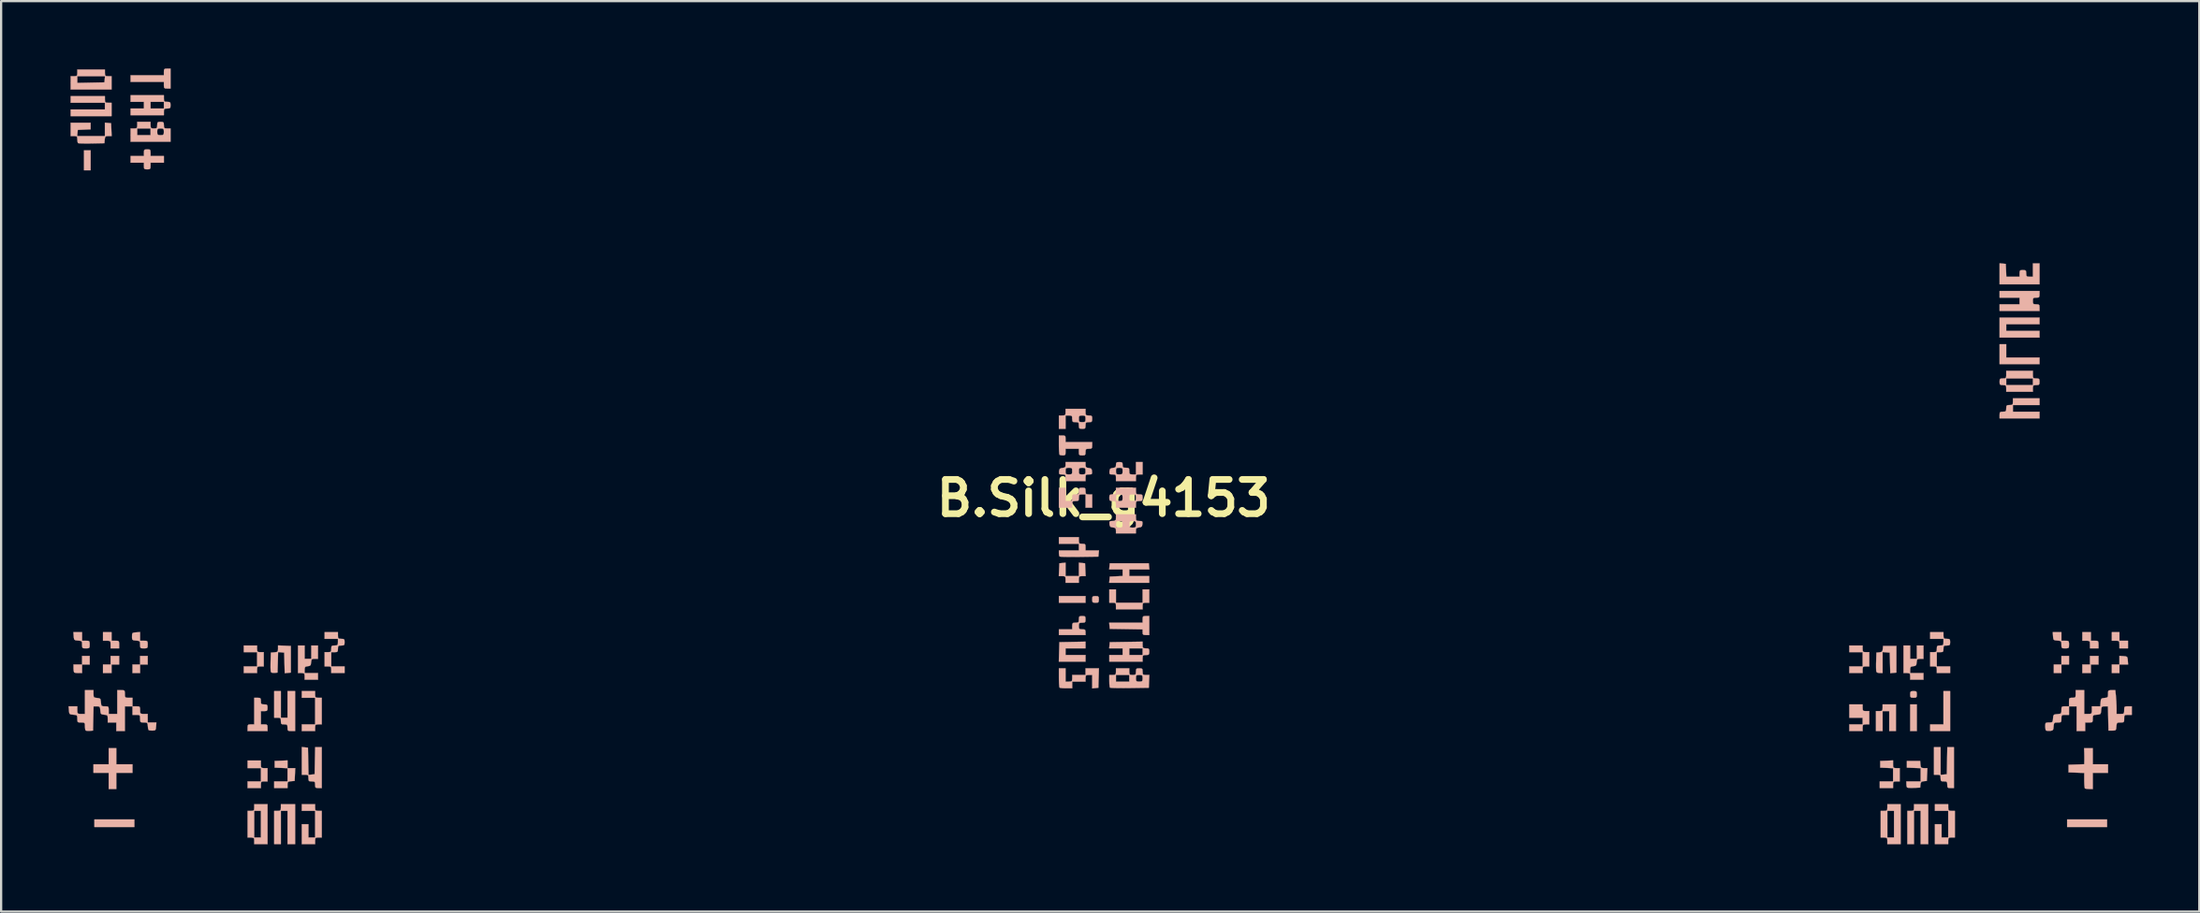
<source format=kicad_pcb>
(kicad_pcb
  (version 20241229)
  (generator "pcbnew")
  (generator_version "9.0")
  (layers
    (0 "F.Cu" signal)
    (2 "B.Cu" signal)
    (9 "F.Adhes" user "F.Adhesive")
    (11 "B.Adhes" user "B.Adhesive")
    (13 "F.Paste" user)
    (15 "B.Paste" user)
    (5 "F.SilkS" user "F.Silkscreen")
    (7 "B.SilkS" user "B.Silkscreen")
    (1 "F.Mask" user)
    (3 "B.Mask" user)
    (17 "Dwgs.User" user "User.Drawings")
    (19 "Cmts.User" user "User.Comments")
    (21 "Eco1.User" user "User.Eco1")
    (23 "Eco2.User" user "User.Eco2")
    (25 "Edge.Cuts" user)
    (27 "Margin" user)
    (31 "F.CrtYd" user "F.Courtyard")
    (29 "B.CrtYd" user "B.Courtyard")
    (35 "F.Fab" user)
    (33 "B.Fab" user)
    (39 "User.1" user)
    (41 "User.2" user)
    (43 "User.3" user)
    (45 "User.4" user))
  (footprint "B.Silk_g4153"
    (layer "F.Cu")
    (at 46.069 19.14)
    (property "Reference" "B.Silk_g4153" (at 0 0 0) (layer "F.SilkS") (effects (font (size 1.524 1.524) (thickness 0.3))))
    (attr through_hole)
    (fp_poly (pts (xy -45.127 7.408) (xy -45.466 7.408) (xy -45.466 7.027) (xy -45.127 7.027) (xy -45.127 7.408)) (stroke (width 0.01) (type solid)) (fill yes) (layer "B.SilkS"))
    (fp_poly (pts (xy -45.085 -14.605) (xy -45.381 -14.605) (xy -45.381 -15.494) (xy -45.085 -15.494) (xy -45.085 -14.605)) (stroke (width 0.01) (type solid)) (fill yes) (layer "B.SilkS"))
    (fp_poly (pts (xy -43.138 14.647) (xy -44.916 14.647) (xy -44.916 14.309) (xy -43.138 14.309) (xy -43.138 14.647)) (stroke (width 0.01) (type solid)) (fill yes) (layer "B.SilkS"))
    (fp_poly (pts (xy -42.884 7.789) (xy -43.222 7.789) (xy -43.222 7.408) (xy -42.884 7.408) (xy -42.884 7.789)) (stroke (width 0.01) (type solid)) (fill yes) (layer "B.SilkS"))
    (fp_poly (pts (xy -42.545 7.408) (xy -42.884 7.408) (xy -42.884 7.027) (xy -42.545 7.027) (xy -42.545 7.408)) (stroke (width 0.01) (type solid)) (fill yes) (layer "B.SilkS"))
    (fp_poly (pts (xy -0.804 4.657) (xy -1.99 4.657) (xy -1.99 4.36) (xy -0.804 4.36) (xy -0.804 4.657)) (stroke (width 0.01) (type solid)) (fill yes) (layer "B.SilkS"))
    (fp_poly (pts (xy 36.195 10.372) (xy 35.899 10.372) (xy 35.899 9.186) (xy 36.195 9.186) (xy 36.195 10.372)) (stroke (width 0.01) (type solid)) (fill yes) (layer "B.SilkS"))
    (fp_poly (pts (xy 42.63 7.789) (xy 42.291 7.789) (xy 42.291 7.408) (xy 42.63 7.408) (xy 42.63 7.789)) (stroke (width 0.01) (type solid)) (fill yes) (layer "B.SilkS"))
    (fp_poly (pts (xy 42.968 7.408) (xy 42.63 7.408) (xy 42.63 7.027) (xy 42.968 7.027) (xy 42.968 7.408)) (stroke (width 0.01) (type solid)) (fill yes) (layer "B.SilkS"))
    (fp_poly (pts (xy 44.662 14.647) (xy 42.884 14.647) (xy 42.884 14.309) (xy 44.662 14.309) (xy 44.662 14.647)) (stroke (width 0.01) (type solid)) (fill yes) (layer "B.SilkS"))
    (fp_poly (pts (xy 45.212 7.789) (xy 44.873 7.789) (xy 44.873 7.408) (xy 45.212 7.408) (xy 45.212 7.789)) (stroke (width 0.01) (type solid)) (fill yes) (layer "B.SilkS"))
    (fp_poly (pts (xy 37.677 10.372) (xy 36.788 10.372) (xy 36.788 10.075) (xy 37.38 10.075) (xy 37.38 8.594) (xy 37.677 8.594) (xy 37.677 10.372)) (stroke (width 0.01) (type solid)) (fill yes) (layer "B.SilkS"))
    (fp_poly (pts (xy 40.174 -6.265) (xy 41.656 -6.265) (xy 41.656 -5.969) (xy 39.878 -5.969) (xy 39.878 -6.858) (xy 40.174 -6.858) (xy 40.174 -6.265)) (stroke (width 0.01) (type solid)) (fill yes) (layer "B.SilkS"))
    (fp_poly (pts (xy -43.815 7.408) (xy -44.154 7.408) (xy -44.154 7.789) (xy -44.535 7.789) (xy -44.535 7.408) (xy -44.196 7.408) (xy -44.196 7.027) (xy -43.815 7.027) (xy -43.815 7.408)) (stroke (width 0.01) (type solid)) (fill yes) (layer "B.SilkS"))
    (fp_poly (pts (xy 41.656 -7.747) (xy 40.174 -7.747) (xy 40.174 -7.451) (xy 41.656 -7.451) (xy 41.656 -7.154) (xy 39.878 -7.154) (xy 39.878 -8.043) (xy 41.656 -8.043) (xy 41.656 -7.747)) (stroke (width 0.01) (type solid)) (fill yes) (layer "B.SilkS"))
    (fp_poly (pts (xy 44.281 7.408) (xy 43.942 7.408) (xy 43.942 7.789) (xy 43.561 7.789) (xy 43.561 7.408) (xy 43.9 7.408) (xy 43.9 7.027) (xy 44.281 7.027) (xy 44.281 7.408)) (stroke (width 0.01) (type solid)) (fill yes) (layer "B.SilkS"))
    (fp_poly (pts (xy 45.392 7.035) (xy 45.505 7.048) (xy 45.559 7.08) (xy 45.579 7.157) (xy 45.585 7.228) (xy 45.598 7.408) (xy 45.212 7.408) (xy 45.212 7.022) (xy 45.392 7.035)) (stroke (width 0.01) (type solid)) (fill yes) (layer "B.SilkS"))
    (fp_poly (pts (xy -0.804 6.689) (xy -1.693 6.689) (xy -1.693 6.985) (xy -0.804 6.985) (xy -0.804 7.281) (xy -1.993 7.281) (xy -1.968 6.413) (xy -1.386 6.402) (xy -0.804 6.39) (xy -0.804 6.689)) (stroke (width 0.01) (type solid)) (fill yes) (layer "B.SilkS"))
    (fp_poly (pts (xy -45.466 7.789) (xy -45.628 7.789) (xy -45.74 7.783) (xy -45.812 7.766) (xy -45.819 7.761) (xy -45.837 7.704) (xy -45.847 7.598) (xy -45.847 7.571) (xy -45.847 7.408) (xy -45.466 7.408) (xy -45.466 7.789)) (stroke (width 0.01) (type solid)) (fill yes) (layer "B.SilkS"))
    (fp_poly (pts (xy -43.942 11.853) (xy -43.222 11.853) (xy -43.222 12.234) (xy -43.942 12.234) (xy -43.942 12.954) (xy -44.281 12.954) (xy -44.281 12.234) (xy -44.958 12.234) (xy -44.958 11.853) (xy -44.281 11.853) (xy -44.281 11.134) (xy -43.942 11.134) (xy -43.942 11.853)) (stroke (width 0.01) (type solid)) (fill yes) (layer "B.SilkS"))
    (fp_poly (pts (xy 45.212 6.35) (xy 45.593 6.35) (xy 45.593 6.689) (xy 45.212 6.689) (xy 45.212 6.519) (xy 45.208 6.411) (xy 45.179 6.363) (xy 45.102 6.35) (xy 45.043 6.35) (xy 44.873 6.35) (xy 44.873 5.969) (xy 45.212 5.969) (xy 45.212 6.35)) (stroke (width 0.01) (type solid)) (fill yes) (layer "B.SilkS"))
    (fp_poly (pts (xy -44.45 -17.759) (xy -44.443 -17.66) (xy -44.406 -17.619) (xy -44.313 -17.611) (xy -44.302 -17.611) (xy -44.154 -17.611) (xy -44.154 -17.018) (xy -45.974 -17.018) (xy -45.974 -17.314) (xy -44.45 -17.314) (xy -44.45 -17.611) (xy -45.974 -17.611) (xy -45.974 -17.907) (xy -44.45 -17.907) (xy -44.45 -17.759)) (stroke (width 0.01) (type solid)) (fill yes) (layer "B.SilkS"))
    (fp_poly (pts (xy -35.983 15.409) (xy -36.322 15.409) (xy -36.322 13.928) (xy -36.618 13.928) (xy -36.618 15.409) (xy -36.915 15.409) (xy -36.915 13.928) (xy -36.767 13.928) (xy -36.667 13.921) (xy -36.626 13.884) (xy -36.618 13.791) (xy -36.618 13.78) (xy -36.618 13.631) (xy -35.983 13.631) (xy -35.983 15.409)) (stroke (width 0.01) (type solid)) (fill yes) (layer "B.SilkS"))
    (fp_poly (pts (xy 35.264 10.372) (xy 34.967 10.372) (xy 34.967 9.483) (xy 34.671 9.483) (xy 34.671 10.372) (xy 34.375 10.372) (xy 34.375 9.483) (xy 34.523 9.483) (xy 34.622 9.476) (xy 34.663 9.439) (xy 34.671 9.346) (xy 34.671 9.335) (xy 34.671 9.186) (xy 35.264 9.186) (xy 35.264 10.372)) (stroke (width 0.01) (type solid)) (fill yes) (layer "B.SilkS"))
    (fp_poly (pts (xy 36.703 15.409) (xy 36.364 15.409) (xy 36.364 13.928) (xy 36.068 13.928) (xy 36.068 15.409) (xy 35.772 15.409) (xy 35.772 13.928) (xy 35.92 13.928) (xy 36.019 13.921) (xy 36.06 13.884) (xy 36.068 13.791) (xy 36.068 13.78) (xy 36.068 13.631) (xy 36.703 13.631) (xy 36.703 15.409)) (stroke (width 0.01) (type solid)) (fill yes) (layer "B.SilkS"))
    (fp_poly (pts (xy -44.154 6.35) (xy -43.984 6.35) (xy -43.876 6.354) (xy -43.828 6.383) (xy -43.815 6.46) (xy -43.815 6.519) (xy -43.815 6.689) (xy -44.196 6.689) (xy -44.196 6.519) (xy -44.2 6.411) (xy -44.229 6.363) (xy -44.306 6.35) (xy -44.365 6.35) (xy -44.535 6.35) (xy -44.535 5.969) (xy -44.154 5.969) (xy -44.154 6.35)) (stroke (width 0.01) (type solid)) (fill yes) (layer "B.SilkS"))
    (fp_poly (pts (xy -41.529 -18.246) (xy -41.677 -18.246) (xy -41.776 -18.252) (xy -41.817 -18.289) (xy -41.825 -18.383) (xy -41.825 -18.394) (xy -41.825 -18.542) (xy -43.307 -18.542) (xy -43.307 -18.838) (xy -41.825 -18.838) (xy -41.825 -18.986) (xy -41.819 -19.086) (xy -41.782 -19.127) (xy -41.688 -19.135) (xy -41.677 -19.135) (xy -41.529 -19.135) (xy -41.529 -18.246)) (stroke (width 0.01) (type solid)) (fill yes) (layer "B.SilkS"))
    (fp_poly (pts (xy -0.261 4.367) (xy -0.22 4.404) (xy -0.212 4.497) (xy -0.212 4.508) (xy -0.218 4.608) (xy -0.255 4.649) (xy -0.349 4.657) (xy -0.36 4.657) (xy -0.459 4.65) (xy -0.5 4.613) (xy -0.508 4.52) (xy -0.508 4.508) (xy -0.501 4.409) (xy -0.464 4.368) (xy -0.371 4.36) (xy -0.36 4.36) (xy -0.261 4.367)) (stroke (width 0.01) (type solid)) (fill yes) (layer "B.SilkS"))
    (fp_poly (pts (xy 2.024 3.037) (xy 2.037 3.175) (xy 1.143 3.175) (xy 1.143 3.471) (xy 2.032 3.471) (xy 2.032 3.768) (xy 0.249 3.768) (xy 0.262 3.63) (xy 0.275 3.493) (xy 0.561 3.48) (xy 0.847 3.467) (xy 0.847 3.175) (xy 0.249 3.175) (xy 0.262 3.037) (xy 0.275 2.9) (xy 2.011 2.9) (xy 2.024 3.037)) (stroke (width 0.01) (type solid)) (fill yes) (layer "B.SilkS"))
    (fp_poly (pts (xy 36.146 8.6) (xy 36.187 8.637) (xy 36.195 8.731) (xy 36.195 8.742) (xy 36.188 8.841) (xy 36.151 8.882) (xy 36.058 8.89) (xy 36.047 8.89) (xy 35.948 8.883) (xy 35.907 8.846) (xy 35.899 8.753) (xy 35.899 8.742) (xy 35.905 8.643) (xy 35.942 8.602) (xy 36.036 8.594) (xy 36.047 8.594) (xy 36.146 8.6)) (stroke (width 0.01) (type solid)) (fill yes) (layer "B.SilkS"))
    (fp_poly (pts (xy 43.942 6.35) (xy 44.111 6.35) (xy 44.22 6.354) (xy 44.268 6.383) (xy 44.28 6.46) (xy 44.281 6.519) (xy 44.281 6.689) (xy 43.9 6.689) (xy 43.9 6.519) (xy 43.896 6.411) (xy 43.867 6.363) (xy 43.79 6.35) (xy 43.73 6.35) (xy 43.561 6.35) (xy 43.561 5.969) (xy 43.942 5.969) (xy 43.942 6.35)) (stroke (width 0.01) (type solid)) (fill yes) (layer "B.SilkS"))
    (fp_poly (pts (xy 2.032 6.096) (xy 1.884 6.096) (xy 1.784 6.089) (xy 1.743 6.053) (xy 1.736 5.97) (xy 1.736 5.844) (xy 1.005 5.832) (xy 0.275 5.821) (xy 0.262 5.683) (xy 0.249 5.546) (xy 1.736 5.546) (xy 1.736 5.397) (xy 1.742 5.298) (xy 1.779 5.257) (xy 1.873 5.249) (xy 1.884 5.249) (xy 2.032 5.249) (xy 2.032 6.096)) (stroke (width 0.01) (type solid)) (fill yes) (layer "B.SilkS"))
    (fp_poly (pts (xy -36.322 12.023) (xy -35.979 12.023) (xy -35.992 12.308) (xy -36.005 12.594) (xy -36.163 12.607) (xy -36.267 12.622) (xy -36.312 12.66) (xy -36.322 12.745) (xy -36.322 12.766) (xy -36.322 12.912) (xy -36.915 12.912) (xy -36.915 12.615) (xy -36.322 12.615) (xy -36.322 12.027) (xy -36.608 12.014) (xy -36.894 12.002) (xy -36.894 11.705) (xy -36.608 11.693) (xy -36.322 11.68) (xy -36.322 12.023)) (stroke (width 0.01) (type solid)) (fill yes) (layer "B.SilkS"))
    (fp_poly (pts (xy -37.677 6.71) (xy -37.67 6.809) (xy -37.633 6.85) (xy -37.54 6.858) (xy -37.529 6.858) (xy -37.38 6.858) (xy -37.38 7.493) (xy -37.529 7.493) (xy -37.628 7.5) (xy -37.669 7.537) (xy -37.677 7.63) (xy -37.677 7.641) (xy -37.677 7.789) (xy -38.269 7.789) (xy -38.269 7.493) (xy -37.677 7.493) (xy -37.677 6.858) (xy -38.269 6.858) (xy -38.269 6.562) (xy -37.677 6.562) (xy -37.677 6.71)) (stroke (width 0.01) (type solid)) (fill yes) (layer "B.SilkS"))
    (fp_poly (pts (xy -37.507 11.853) (xy -37.503 11.962) (xy -37.475 12.01) (xy -37.403 12.022) (xy -37.359 12.023) (xy -37.211 12.023) (xy -37.211 12.615) (xy -37.359 12.615) (xy -37.458 12.622) (xy -37.499 12.659) (xy -37.507 12.752) (xy -37.507 12.764) (xy -37.507 12.912) (xy -38.1 12.912) (xy -38.1 12.615) (xy -37.507 12.615) (xy -37.507 12.023) (xy -38.1 12.023) (xy -38.1 11.684) (xy -37.507 11.684) (xy -37.507 11.853)) (stroke (width 0.01) (type solid)) (fill yes) (layer "B.SilkS"))
    (fp_poly (pts (xy -35.094 8.742) (xy -35.088 8.841) (xy -35.051 8.882) (xy -34.957 8.89) (xy -34.946 8.89) (xy -34.798 8.89) (xy -34.798 10.075) (xy -34.946 10.075) (xy -35.045 10.082) (xy -35.086 10.119) (xy -35.094 10.212) (xy -35.094 10.223) (xy -35.094 10.372) (xy -35.687 10.372) (xy -35.687 10.075) (xy -35.094 10.075) (xy -35.094 8.89) (xy -35.687 8.89) (xy -35.687 8.594) (xy -35.094 8.594) (xy -35.094 8.742)) (stroke (width 0.01) (type solid)) (fill yes) (layer "B.SilkS"))
    (fp_poly (pts (xy 0.55 4.657) (xy 1.736 4.657) (xy 1.736 4.064) (xy 2.032 4.064) (xy 2.032 4.657) (xy 1.884 4.657) (xy 1.785 4.663) (xy 1.744 4.7) (xy 1.736 4.794) (xy 1.736 4.805) (xy 1.736 4.953) (xy 0.55 4.953) (xy 0.55 4.805) (xy 0.544 4.706) (xy 0.507 4.665) (xy 0.413 4.657) (xy 0.402 4.657) (xy 0.254 4.657) (xy 0.254 4.064) (xy 0.55 4.064) (xy 0.55 4.657)) (stroke (width 0.01) (type solid)) (fill yes) (layer "B.SilkS"))
    (fp_poly (pts (xy 33.782 6.71) (xy 33.789 6.809) (xy 33.826 6.85) (xy 33.919 6.858) (xy 33.93 6.858) (xy 34.078 6.858) (xy 34.078 7.493) (xy 33.93 7.493) (xy 33.831 7.5) (xy 33.79 7.537) (xy 33.782 7.63) (xy 33.782 7.641) (xy 33.782 7.789) (xy 33.189 7.789) (xy 33.189 7.493) (xy 33.782 7.493) (xy 33.782 6.858) (xy 33.189 6.858) (xy 33.189 6.562) (xy 33.782 6.562) (xy 33.782 6.71)) (stroke (width 0.01) (type solid)) (fill yes) (layer "B.SilkS"))
    (fp_poly (pts (xy 33.782 9.335) (xy 33.789 9.434) (xy 33.826 9.475) (xy 33.919 9.483) (xy 33.93 9.483) (xy 34.078 9.483) (xy 34.078 10.075) (xy 33.93 10.075) (xy 33.831 10.082) (xy 33.79 10.119) (xy 33.782 10.212) (xy 33.782 10.223) (xy 33.782 10.372) (xy 33.189 10.372) (xy 33.189 10.075) (xy 33.782 10.075) (xy 33.782 9.779) (xy 33.189 9.779) (xy 33.189 9.186) (xy 33.782 9.186) (xy 33.782 9.335)) (stroke (width 0.01) (type solid)) (fill yes) (layer "B.SilkS"))
    (fp_poly (pts (xy 35.285 7.768) (xy 35.149 7.781) (xy 35.013 7.794) (xy 35.001 7.337) (xy 34.989 6.879) (xy 34.671 6.853) (xy 34.671 7.789) (xy 34.543 7.789) (xy 34.445 7.773) (xy 34.393 7.733) (xy 34.385 7.668) (xy 34.381 7.541) (xy 34.381 7.373) (xy 34.384 7.278) (xy 34.396 6.879) (xy 34.531 6.866) (xy 34.627 6.845) (xy 34.668 6.788) (xy 34.679 6.718) (xy 34.692 6.583) (xy 35.285 6.583) (xy 35.285 7.768)) (stroke (width 0.01) (type solid)) (fill yes) (layer "B.SilkS"))
    (fp_poly (pts (xy -37.211 15.409) (xy -37.804 15.409) (xy -37.804 15.261) (xy -37.81 15.162) (xy -37.847 15.121) (xy -37.941 15.113) (xy -37.952 15.113) (xy -38.1 15.113) (xy -38.1 13.928) (xy -37.952 13.928) (xy -37.804 13.928) (xy -37.804 15.113) (xy -37.507 15.113) (xy -37.507 13.928) (xy -37.804 13.928) (xy -37.952 13.928) (xy -37.853 13.921) (xy -37.812 13.884) (xy -37.804 13.791) (xy -37.804 13.78) (xy -37.804 13.631) (xy -37.211 13.631) (xy -37.211 15.409)) (stroke (width 0.01) (type solid)) (fill yes) (layer "B.SilkS"))
    (fp_poly (pts (xy -35.094 13.78) (xy -35.088 13.879) (xy -35.051 13.92) (xy -34.957 13.928) (xy -34.946 13.928) (xy -34.798 13.928) (xy -34.798 15.113) (xy -34.946 15.113) (xy -35.045 15.12) (xy -35.086 15.157) (xy -35.094 15.25) (xy -35.094 15.261) (xy -35.094 15.409) (xy -35.687 15.409) (xy -35.687 14.52) (xy -35.391 14.52) (xy -35.391 15.113) (xy -35.094 15.113) (xy -35.094 13.928) (xy -35.687 13.928) (xy -35.687 13.631) (xy -35.094 13.631) (xy -35.094 13.78)) (stroke (width 0.01) (type solid)) (fill yes) (layer "B.SilkS"))
    (fp_poly (pts (xy 35.137 11.851) (xy 35.141 11.961) (xy 35.168 12.009) (xy 35.239 12.022) (xy 35.285 12.023) (xy 35.433 12.023) (xy 35.433 12.615) (xy 35.285 12.615) (xy 35.186 12.622) (xy 35.145 12.659) (xy 35.137 12.752) (xy 35.137 12.764) (xy 35.137 12.912) (xy 34.544 12.912) (xy 34.544 12.615) (xy 35.137 12.615) (xy 35.137 12.027) (xy 34.851 12.014) (xy 34.565 12.002) (xy 34.565 11.705) (xy 34.851 11.693) (xy 35.137 11.68) (xy 35.137 11.851)) (stroke (width 0.01) (type solid)) (fill yes) (layer "B.SilkS"))
    (fp_poly (pts (xy 35.475 15.409) (xy 34.883 15.409) (xy 34.883 15.261) (xy 34.876 15.162) (xy 34.839 15.121) (xy 34.746 15.113) (xy 34.734 15.113) (xy 34.586 15.113) (xy 34.586 13.928) (xy 34.734 13.928) (xy 34.883 13.928) (xy 34.883 15.113) (xy 35.179 15.113) (xy 35.179 13.928) (xy 34.883 13.928) (xy 34.734 13.928) (xy 34.834 13.921) (xy 34.875 13.884) (xy 34.883 13.791) (xy 34.883 13.78) (xy 34.883 13.631) (xy 35.475 13.631) (xy 35.475 15.409)) (stroke (width 0.01) (type solid)) (fill yes) (layer "B.SilkS"))
    (fp_poly (pts (xy 37.592 13.78) (xy 37.599 13.879) (xy 37.636 13.92) (xy 37.729 13.928) (xy 37.74 13.928) (xy 37.888 13.928) (xy 37.888 15.113) (xy 37.74 15.113) (xy 37.641 15.12) (xy 37.6 15.157) (xy 37.592 15.25) (xy 37.592 15.261) (xy 37.592 15.409) (xy 36.999 15.409) (xy 36.999 14.52) (xy 37.296 14.52) (xy 37.296 15.113) (xy 37.592 15.113) (xy 37.592 13.928) (xy 36.999 13.928) (xy 36.999 13.631) (xy 37.592 13.631) (xy 37.592 13.78)) (stroke (width 0.01) (type solid)) (fill yes) (layer "B.SilkS"))
    (fp_poly (pts (xy -0.826 2.9) (xy -0.813 3.186) (xy -0.8 3.471) (xy -0.951 3.471) (xy -1.051 3.478) (xy -1.092 3.514) (xy -1.101 3.605) (xy -1.101 3.619) (xy -1.101 3.768) (xy -1.693 3.768) (xy -1.693 3.619) (xy -1.7 3.521) (xy -1.736 3.48) (xy -1.828 3.471) (xy -1.843 3.471) (xy -1.994 3.471) (xy -1.981 3.186) (xy -1.968 2.9) (xy -1.831 2.887) (xy -1.693 2.873) (xy -1.693 3.471) (xy -1.101 3.471) (xy -1.101 2.873) (xy -0.826 2.9)) (stroke (width 0.01) (type solid)) (fill yes) (layer "B.SilkS"))
    (fp_poly (pts (xy -45.466 6.35) (xy -45.297 6.35) (xy -45.188 6.354) (xy -45.14 6.383) (xy -45.128 6.46) (xy -45.127 6.519) (xy -45.131 6.628) (xy -45.16 6.676) (xy -45.237 6.688) (xy -45.297 6.689) (xy -45.405 6.685) (xy -45.453 6.656) (xy -45.466 6.579) (xy -45.466 6.522) (xy -45.47 6.417) (xy -45.498 6.367) (xy -45.574 6.348) (xy -45.646 6.342) (xy -45.759 6.33) (xy -45.813 6.298) (xy -45.833 6.221) (xy -45.839 6.149) (xy -45.852 5.969) (xy -45.466 5.969) (xy -45.466 6.35)) (stroke (width 0.01) (type solid)) (fill yes) (layer "B.SilkS"))
    (fp_poly (pts (xy -44.45 -18.944) (xy -44.443 -18.845) (xy -44.406 -18.804) (xy -44.313 -18.796) (xy -44.302 -18.796) (xy -44.154 -18.796) (xy -44.154 -18.203) (xy -45.974 -18.203) (xy -45.974 -18.796) (xy -45.826 -18.796) (xy -45.678 -18.796) (xy -45.678 -18.497) (xy -45.074 -18.509) (xy -44.471 -18.521) (xy -44.458 -18.658) (xy -44.445 -18.796) (xy -45.678 -18.796) (xy -45.826 -18.796) (xy -45.727 -18.803) (xy -45.686 -18.84) (xy -45.678 -18.933) (xy -45.678 -18.944) (xy -45.678 -19.092) (xy -44.45 -19.092) (xy -44.45 -18.944)) (stroke (width 0.01) (type solid)) (fill yes) (layer "B.SilkS"))
    (fp_poly (pts (xy -36.174 6.583) (xy -36.174 7.768) (xy -36.31 7.781) (xy -36.446 7.794) (xy -36.458 7.337) (xy -36.47 6.879) (xy -36.606 6.866) (xy -36.742 6.853) (xy -36.754 7.311) (xy -36.767 7.768) (xy -36.904 7.781) (xy -37.019 7.774) (xy -37.065 7.736) (xy -37.073 7.67) (xy -37.078 7.541) (xy -37.077 7.372) (xy -37.075 7.278) (xy -37.063 6.879) (xy -36.904 6.866) (xy -36.8 6.851) (xy -36.756 6.814) (xy -36.745 6.728) (xy -36.745 6.705) (xy -36.745 6.558) (xy -36.174 6.583)) (stroke (width 0.01) (type solid)) (fill yes) (layer "B.SilkS"))
    (fp_poly (pts (xy 40.016 -10.448) (xy 40.153 -10.435) (xy 40.166 -10.149) (xy 40.178 -9.864) (xy 40.767 -9.864) (xy 40.767 -10.012) (xy 40.774 -10.111) (xy 40.811 -10.152) (xy 40.904 -10.16) (xy 40.915 -10.16) (xy 41.014 -10.153) (xy 41.055 -10.116) (xy 41.063 -10.023) (xy 41.063 -10.012) (xy 41.07 -9.913) (xy 41.107 -9.872) (xy 41.2 -9.864) (xy 41.212 -9.864) (xy 41.36 -9.864) (xy 41.36 -10.456) (xy 41.656 -10.456) (xy 41.656 -9.525) (xy 39.878 -9.525) (xy 39.878 -10.462) (xy 40.016 -10.448)) (stroke (width 0.01) (type solid)) (fill yes) (layer "B.SilkS"))
    (fp_poly (pts (xy 42.63 6.35) (xy 42.799 6.35) (xy 42.907 6.354) (xy 42.956 6.383) (xy 42.968 6.46) (xy 42.968 6.519) (xy 42.964 6.628) (xy 42.936 6.676) (xy 42.858 6.688) (xy 42.799 6.689) (xy 42.691 6.685) (xy 42.642 6.656) (xy 42.63 6.579) (xy 42.63 6.522) (xy 42.626 6.417) (xy 42.597 6.367) (xy 42.521 6.348) (xy 42.45 6.342) (xy 42.337 6.33) (xy 42.283 6.298) (xy 42.263 6.221) (xy 42.257 6.149) (xy 42.244 5.969) (xy 42.63 5.969) (xy 42.63 6.35)) (stroke (width 0.01) (type solid)) (fill yes) (layer "B.SilkS"))
    (fp_poly (pts (xy -36.618 9.779) (xy -36.322 9.779) (xy -36.322 8.594) (xy -35.983 8.594) (xy -35.983 10.372) (xy -36.153 10.372) (xy -36.261 10.367) (xy -36.309 10.339) (xy -36.322 10.267) (xy -36.322 10.223) (xy -36.329 10.124) (xy -36.366 10.083) (xy -36.459 10.075) (xy -36.47 10.075) (xy -36.569 10.069) (xy -36.61 10.032) (xy -36.618 9.938) (xy -36.618 9.927) (xy -36.625 9.828) (xy -36.662 9.787) (xy -36.755 9.779) (xy -36.767 9.779) (xy -36.915 9.779) (xy -36.915 8.594) (xy -36.618 8.594) (xy -36.618 9.779)) (stroke (width 0.01) (type solid)) (fill yes) (layer "B.SilkS"))
    (fp_poly (pts (xy 36.356 11.864) (xy 36.371 11.968) (xy 36.409 12.012) (xy 36.495 12.023) (xy 36.517 12.023) (xy 36.665 12.023) (xy 36.652 12.308) (xy 36.639 12.594) (xy 36.504 12.607) (xy 36.408 12.628) (xy 36.367 12.686) (xy 36.356 12.755) (xy 36.343 12.89) (xy 36.066 12.903) (xy 35.92 12.905) (xy 35.809 12.898) (xy 35.759 12.885) (xy 35.737 12.825) (xy 35.729 12.735) (xy 35.729 12.615) (xy 36.364 12.615) (xy 36.364 12.026) (xy 35.751 12.002) (xy 35.751 11.705) (xy 36.343 11.705) (xy 36.356 11.864)) (stroke (width 0.01) (type solid)) (fill yes) (layer "B.SilkS"))
    (fp_poly (pts (xy 41.656 -9.081) (xy 41.649 -8.981) (xy 41.612 -8.94) (xy 41.519 -8.932) (xy 41.508 -8.932) (xy 41.409 -8.926) (xy 41.368 -8.889) (xy 41.36 -8.795) (xy 41.36 -8.784) (xy 41.366 -8.685) (xy 41.403 -8.644) (xy 41.497 -8.636) (xy 41.508 -8.636) (xy 41.607 -8.629) (xy 41.648 -8.592) (xy 41.656 -8.499) (xy 41.656 -8.488) (xy 41.656 -8.34) (xy 39.878 -8.34) (xy 39.878 -8.636) (xy 40.767 -8.636) (xy 40.767 -8.932) (xy 39.878 -8.932) (xy 39.878 -9.229) (xy 41.656 -9.229) (xy 41.656 -9.081)) (stroke (width 0.01) (type solid)) (fill yes) (layer "B.SilkS"))
    (fp_poly (pts (xy 41.656 -4.149) (xy 40.471 -4.149) (xy 40.471 -3.852) (xy 41.656 -3.852) (xy 41.656 -3.556) (xy 39.878 -3.556) (xy 39.878 -3.704) (xy 39.885 -3.803) (xy 39.922 -3.844) (xy 40.015 -3.852) (xy 40.026 -3.852) (xy 40.125 -3.859) (xy 40.166 -3.896) (xy 40.174 -3.989) (xy 40.174 -4) (xy 40.181 -4.1) (xy 40.218 -4.141) (xy 40.311 -4.149) (xy 40.322 -4.149) (xy 40.422 -4.155) (xy 40.463 -4.192) (xy 40.471 -4.286) (xy 40.471 -4.297) (xy 40.471 -4.445) (xy 41.656 -4.445) (xy 41.656 -4.149)) (stroke (width 0.01) (type solid)) (fill yes) (layer "B.SilkS"))
    (fp_poly (pts (xy 44.027 11.853) (xy 44.704 11.853) (xy 44.704 12.234) (xy 44.027 12.234) (xy 44.027 12.954) (xy 43.864 12.954) (xy 43.753 12.947) (xy 43.681 12.931) (xy 43.674 12.926) (xy 43.661 12.873) (xy 43.651 12.758) (xy 43.646 12.603) (xy 43.646 12.568) (xy 43.646 12.238) (xy 43.296 12.225) (xy 42.947 12.213) (xy 42.947 11.874) (xy 43.296 11.862) (xy 43.646 11.85) (xy 43.65 11.672) (xy 43.65 11.504) (xy 43.647 11.331) (xy 43.646 11.314) (xy 43.639 11.134) (xy 44.027 11.134) (xy 44.027 11.853)) (stroke (width 0.01) (type solid)) (fill yes) (layer "B.SilkS"))
    (fp_poly (pts (xy -42.467 -15.53) (xy -42.426 -15.493) (xy -42.418 -15.399) (xy -42.418 -15.388) (xy -42.418 -15.24) (xy -41.825 -15.24) (xy -41.825 -14.944) (xy -42.418 -14.944) (xy -42.418 -14.796) (xy -42.425 -14.696) (xy -42.462 -14.655) (xy -42.555 -14.647) (xy -42.566 -14.647) (xy -42.665 -14.654) (xy -42.706 -14.691) (xy -42.714 -14.784) (xy -42.714 -14.796) (xy -42.714 -14.944) (xy -43.307 -14.944) (xy -43.307 -15.24) (xy -42.714 -15.24) (xy -42.714 -15.388) (xy -42.708 -15.487) (xy -42.671 -15.528) (xy -42.577 -15.536) (xy -42.566 -15.536) (xy -42.467 -15.53)) (stroke (width 0.01) (type solid)) (fill yes) (layer "B.SilkS"))
    (fp_poly (pts (xy -42.884 6.35) (xy -42.714 6.35) (xy -42.606 6.354) (xy -42.558 6.383) (xy -42.545 6.46) (xy -42.545 6.519) (xy -42.549 6.628) (xy -42.578 6.676) (xy -42.655 6.688) (xy -42.714 6.689) (xy -42.823 6.685) (xy -42.871 6.656) (xy -42.883 6.579) (xy -42.884 6.522) (xy -42.888 6.417) (xy -42.916 6.367) (xy -42.992 6.348) (xy -43.064 6.342) (xy -43.176 6.33) (xy -43.228 6.3) (xy -43.243 6.228) (xy -43.243 6.16) (xy -43.239 6.053) (xy -43.212 6.002) (xy -43.136 5.983) (xy -43.064 5.977) (xy -42.884 5.964) (xy -42.884 6.35)) (stroke (width 0.01) (type solid)) (fill yes) (layer "B.SilkS"))
    (fp_poly (pts (xy 37.253 12.324) (xy 37.391 12.311) (xy 37.529 12.298) (xy 37.54 11.695) (xy 37.552 11.091) (xy 37.846 11.091) (xy 37.846 12.912) (xy 37.698 12.912) (xy 37.599 12.905) (xy 37.558 12.868) (xy 37.55 12.775) (xy 37.55 12.764) (xy 37.543 12.664) (xy 37.506 12.623) (xy 37.413 12.615) (xy 37.401 12.615) (xy 37.302 12.609) (xy 37.261 12.572) (xy 37.253 12.478) (xy 37.253 12.467) (xy 37.247 12.368) (xy 37.21 12.327) (xy 37.116 12.319) (xy 37.105 12.319) (xy 36.957 12.319) (xy 36.957 11.091) (xy 37.253 11.091) (xy 37.253 12.324)) (stroke (width 0.01) (type solid)) (fill yes) (layer "B.SilkS"))
    (fp_poly (pts (xy -1.101 1.884) (xy -1.094 1.983) (xy -1.057 2.024) (xy -0.964 2.032) (xy -0.953 2.032) (xy -0.853 2.039) (xy -0.812 2.076) (xy -0.804 2.169) (xy -0.804 2.18) (xy -0.804 2.328) (xy -0.206 2.328) (xy -0.22 2.466) (xy -0.233 2.603) (xy -1.082 2.615) (xy -1.342 2.617) (xy -1.573 2.616) (xy -1.761 2.613) (xy -1.894 2.607) (xy -1.957 2.599) (xy -1.961 2.597) (xy -1.982 2.537) (xy -1.99 2.448) (xy -1.99 2.328) (xy -1.101 2.328) (xy -1.101 2.032) (xy -1.99 2.032) (xy -1.99 1.736) (xy -1.101 1.736) (xy -1.101 1.884)) (stroke (width 0.01) (type solid)) (fill yes) (layer "B.SilkS"))
    (fp_poly (pts (xy -35.56 7.154) (xy -35.264 7.154) (xy -35.264 6.562) (xy -34.967 6.562) (xy -34.967 7.154) (xy -35.113 7.154) (xy -35.209 7.161) (xy -35.253 7.198) (xy -35.27 7.29) (xy -35.272 7.313) (xy -35.288 7.419) (xy -35.329 7.467) (xy -35.418 7.485) (xy -35.422 7.485) (xy -35.516 7.503) (xy -35.553 7.55) (xy -35.56 7.644) (xy -35.56 7.789) (xy -34.967 7.789) (xy -34.967 8.086) (xy -35.56 8.086) (xy -35.56 7.938) (xy -35.567 7.838) (xy -35.604 7.797) (xy -35.697 7.789) (xy -35.708 7.789) (xy -35.856 7.789) (xy -35.856 6.562) (xy -35.56 6.562) (xy -35.56 7.154)) (stroke (width 0.01) (type solid)) (fill yes) (layer "B.SilkS"))
    (fp_poly (pts (xy -35.549 11.099) (xy -35.412 11.113) (xy -35.4 11.718) (xy -35.388 12.324) (xy -35.252 12.311) (xy -35.115 12.298) (xy -35.104 11.695) (xy -35.092 11.091) (xy -34.798 11.091) (xy -34.798 12.912) (xy -34.946 12.912) (xy -35.045 12.905) (xy -35.086 12.868) (xy -35.094 12.775) (xy -35.094 12.764) (xy -35.101 12.664) (xy -35.138 12.623) (xy -35.231 12.615) (xy -35.242 12.615) (xy -35.342 12.609) (xy -35.383 12.572) (xy -35.391 12.478) (xy -35.391 12.467) (xy -35.397 12.368) (xy -35.434 12.327) (xy -35.528 12.319) (xy -35.539 12.319) (xy -35.687 12.319) (xy -35.687 11.086) (xy -35.549 11.099)) (stroke (width 0.01) (type solid)) (fill yes) (layer "B.SilkS"))
    (fp_poly (pts (xy 35.899 7.154) (xy 36.195 7.154) (xy 36.195 6.562) (xy 36.491 6.562) (xy 36.491 7.154) (xy 36.346 7.154) (xy 36.25 7.161) (xy 36.206 7.198) (xy 36.189 7.29) (xy 36.187 7.313) (xy 36.171 7.419) (xy 36.13 7.467) (xy 36.041 7.485) (xy 36.036 7.485) (xy 35.943 7.503) (xy 35.905 7.55) (xy 35.899 7.644) (xy 35.899 7.789) (xy 36.491 7.789) (xy 36.491 8.086) (xy 35.899 8.086) (xy 35.899 7.938) (xy 35.892 7.838) (xy 35.855 7.797) (xy 35.762 7.789) (xy 35.751 7.789) (xy 35.602 7.789) (xy 35.602 6.562) (xy 35.899 6.562) (xy 35.899 7.154)) (stroke (width 0.01) (type solid)) (fill yes) (layer "B.SilkS"))
    (fp_poly (pts (xy -41.825 -17.801) (xy -41.819 -17.702) (xy -41.782 -17.661) (xy -41.688 -17.653) (xy -41.677 -17.653) (xy -41.578 -17.646) (xy -41.537 -17.609) (xy -41.529 -17.516) (xy -41.529 -17.505) (xy -41.536 -17.406) (xy -41.573 -17.365) (xy -41.666 -17.357) (xy -41.677 -17.357) (xy -41.776 -17.35) (xy -41.817 -17.313) (xy -41.825 -17.22) (xy -41.825 -17.209) (xy -41.825 -17.06) (xy -43.307 -17.06) (xy -43.307 -17.357) (xy -42.714 -17.357) (xy -42.714 -17.653) (xy -42.418 -17.653) (xy -42.418 -17.357) (xy -41.825 -17.357) (xy -41.825 -17.653) (xy -42.418 -17.653) (xy -42.714 -17.653) (xy -43.307 -17.653) (xy -43.307 -17.949) (xy -41.825 -17.949) (xy -41.825 -17.801)) (stroke (width 0.01) (type solid)) (fill yes) (layer "B.SilkS"))
    (fp_poly (pts (xy -44.312 -16.714) (xy -44.175 -16.701) (xy -44.162 -16.415) (xy -44.15 -16.129) (xy -44.297 -16.129) (xy -44.395 -16.122) (xy -44.439 -16.086) (xy -44.456 -15.994) (xy -44.458 -15.97) (xy -44.471 -15.812) (xy -45.045 -15.8) (xy -45.258 -15.798) (xy -45.439 -15.8) (xy -45.573 -15.805) (xy -45.643 -15.815) (xy -45.648 -15.817) (xy -45.668 -15.876) (xy -45.678 -15.98) (xy -45.678 -15.988) (xy -45.685 -16.083) (xy -45.723 -16.121) (xy -45.819 -16.129) (xy -45.826 -16.129) (xy -45.974 -16.129) (xy -45.974 -16.722) (xy -45.085 -16.722) (xy -45.085 -16.429) (xy -45.657 -16.404) (xy -45.67 -16.267) (xy -45.683 -16.129) (xy -44.45 -16.129) (xy -44.45 -16.727) (xy -44.312 -16.714)) (stroke (width 0.01) (type solid)) (fill yes) (layer "B.SilkS"))
    (fp_poly (pts (xy 1.736 6.54) (xy 1.742 6.639) (xy 1.779 6.68) (xy 1.871 6.689) (xy 1.884 6.689) (xy 1.983 6.695) (xy 2.024 6.732) (xy 2.032 6.826) (xy 2.032 6.837) (xy 2.025 6.936) (xy 1.988 6.977) (xy 1.895 6.985) (xy 1.884 6.985) (xy 1.785 6.992) (xy 1.744 7.029) (xy 1.736 7.122) (xy 1.736 7.133) (xy 1.736 7.281) (xy 0.254 7.281) (xy 0.254 6.985) (xy 0.847 6.985) (xy 0.847 6.689) (xy 1.143 6.689) (xy 1.143 6.985) (xy 1.736 6.985) (xy 1.736 6.689) (xy 1.143 6.689) (xy 0.847 6.689) (xy 0.249 6.689) (xy 0.262 6.551) (xy 0.275 6.413) (xy 1.736 6.39) (xy 1.736 6.54)) (stroke (width 0.01) (type solid)) (fill yes) (layer "B.SilkS"))
    (fp_poly (pts (xy -37.556 8.897) (xy -37.515 8.934) (xy -37.507 9.027) (xy -37.507 9.038) (xy -37.501 9.137) (xy -37.464 9.178) (xy -37.37 9.186) (xy -37.359 9.186) (xy -37.26 9.193) (xy -37.219 9.23) (xy -37.211 9.323) (xy -37.211 9.335) (xy -37.218 9.434) (xy -37.255 9.475) (xy -37.348 9.483) (xy -37.359 9.483) (xy -37.507 9.483) (xy -37.507 10.075) (xy -37.359 10.075) (xy -37.26 10.082) (xy -37.219 10.119) (xy -37.211 10.212) (xy -37.211 10.223) (xy -37.211 10.372) (xy -38.1 10.372) (xy -38.1 10.223) (xy -38.093 10.124) (xy -38.056 10.083) (xy -37.963 10.075) (xy -37.952 10.075) (xy -37.804 10.075) (xy -37.804 8.89) (xy -37.656 8.89) (xy -37.556 8.897)) (stroke (width 0.01) (type solid)) (fill yes) (layer "B.SilkS"))
    (fp_poly (pts (xy -1.693 8.17) (xy -1.545 8.17) (xy -1.446 8.164) (xy -1.405 8.127) (xy -1.397 8.033) (xy -1.397 8.022) (xy -1.397 7.874) (xy -0.804 7.874) (xy -0.804 7.578) (xy -0.209 7.578) (xy -0.221 8.012) (xy -0.233 8.445) (xy -0.37 8.459) (xy -0.508 8.472) (xy -0.508 7.874) (xy -0.656 7.874) (xy -0.755 7.881) (xy -0.796 7.918) (xy -0.804 8.011) (xy -0.804 8.022) (xy -0.804 8.17) (xy -1.397 8.17) (xy -1.397 8.467) (xy -1.665 8.467) (xy -1.809 8.463) (xy -1.917 8.452) (xy -1.961 8.438) (xy -1.973 8.387) (xy -1.983 8.27) (xy -1.989 8.108) (xy -1.99 7.994) (xy -1.99 7.578) (xy -1.693 7.578) (xy -1.693 8.17)) (stroke (width 0.01) (type solid)) (fill yes) (layer "B.SilkS"))
    (fp_poly (pts (xy -42.945 9.275) (xy -42.896 9.304) (xy -42.884 9.381) (xy -42.884 9.44) (xy -42.88 9.549) (xy -42.851 9.597) (xy -42.774 9.609) (xy -42.714 9.61) (xy -42.545 9.61) (xy -42.545 9.991) (xy -42.159 9.991) (xy -42.172 10.171) (xy -42.184 10.283) (xy -42.214 10.335) (xy -42.286 10.35) (xy -42.355 10.351) (xy -42.461 10.346) (xy -42.512 10.319) (xy -42.531 10.243) (xy -42.537 10.171) (xy -42.549 10.058) (xy -42.579 10.006) (xy -42.65 9.991) (xy -42.717 9.991) (xy -42.824 9.986) (xy -42.871 9.958) (xy -42.883 9.88) (xy -42.884 9.821) (xy -42.888 9.713) (xy -42.916 9.665) (xy -42.994 9.652) (xy -43.053 9.652) (xy -43.222 9.652) (xy -43.222 9.271) (xy -43.053 9.271) (xy -42.945 9.275)) (stroke (width 0.01) (type solid)) (fill yes) (layer "B.SilkS"))
    (fp_poly (pts (xy -0.853 5.256) (xy -0.812 5.293) (xy -0.804 5.386) (xy -0.804 5.397) (xy -0.811 5.497) (xy -0.848 5.538) (xy -0.941 5.546) (xy -0.953 5.546) (xy -1.052 5.552) (xy -1.093 5.589) (xy -1.101 5.683) (xy -1.101 5.694) (xy -1.094 5.793) (xy -1.057 5.834) (xy -0.964 5.842) (xy -0.953 5.842) (xy -0.853 5.849) (xy -0.812 5.885) (xy -0.804 5.969) (xy -0.804 6.096) (xy -1.99 6.096) (xy -1.99 5.842) (xy -1.397 5.842) (xy -1.397 5.694) (xy -1.39 5.595) (xy -1.353 5.554) (xy -1.26 5.546) (xy -1.249 5.546) (xy -1.15 5.539) (xy -1.109 5.502) (xy -1.101 5.409) (xy -1.101 5.397) (xy -1.094 5.298) (xy -1.057 5.257) (xy -0.964 5.249) (xy -0.953 5.249) (xy -0.853 5.256)) (stroke (width 0.01) (type solid)) (fill yes) (layer "B.SilkS"))
    (fp_poly (pts (xy -1.742 -2.787) (xy -1.701 -2.75) (xy -1.693 -2.657) (xy -1.693 -2.646) (xy -1.693 -2.498) (xy -0.508 -2.498) (xy -0.508 -2.349) (xy -0.515 -2.25) (xy -0.552 -2.209) (xy -0.645 -2.201) (xy -0.656 -2.201) (xy -0.755 -2.195) (xy -0.796 -2.158) (xy -0.804 -2.064) (xy -0.804 -2.053) (xy -0.811 -1.954) (xy -0.848 -1.913) (xy -0.941 -1.905) (xy -0.953 -1.905) (xy -1.052 -1.912) (xy -1.093 -1.949) (xy -1.101 -2.042) (xy -1.101 -2.053) (xy -1.101 -2.201) (xy -1.693 -2.201) (xy -1.693 -2.053) (xy -1.701 -1.953) (xy -1.736 -1.913) (xy -1.813 -1.905) (xy -1.91 -1.914) (xy -1.961 -1.933) (xy -1.973 -1.985) (xy -1.983 -2.102) (xy -1.989 -2.264) (xy -1.99 -2.378) (xy -1.99 -2.794) (xy -1.841 -2.794) (xy -1.742 -2.787)) (stroke (width 0.01) (type solid)) (fill yes) (layer "B.SilkS"))
    (fp_poly (pts (xy 41.36 -5.503) (xy 41.364 -5.395) (xy 41.392 -5.347) (xy 41.464 -5.334) (xy 41.508 -5.334) (xy 41.607 -5.327) (xy 41.648 -5.29) (xy 41.656 -5.197) (xy 41.656 -5.186) (xy 41.649 -5.087) (xy 41.612 -5.046) (xy 41.519 -5.038) (xy 41.508 -5.038) (xy 41.409 -5.031) (xy 41.368 -4.994) (xy 41.36 -4.901) (xy 41.36 -4.889) (xy 41.36 -4.741) (xy 40.174 -4.741) (xy 40.174 -4.889) (xy 40.168 -4.989) (xy 40.131 -5.03) (xy 40.037 -5.038) (xy 40.026 -5.038) (xy 39.927 -5.044) (xy 39.886 -5.081) (xy 39.878 -5.175) (xy 39.878 -5.186) (xy 39.885 -5.285) (xy 39.922 -5.326) (xy 40.015 -5.334) (xy 40.026 -5.334) (xy 40.174 -5.334) (xy 40.174 -5.038) (xy 41.36 -5.038) (xy 41.36 -5.334) (xy 40.174 -5.334) (xy 40.026 -5.334) (xy 40.121 -5.339) (xy 40.163 -5.371) (xy 40.174 -5.453) (xy 40.174 -5.503) (xy 40.174 -5.673) (xy 41.36 -5.673) (xy 41.36 -5.503)) (stroke (width 0.01) (type solid)) (fill yes) (layer "B.SilkS"))
    (fp_poly (pts (xy 42.968 9.652) (xy 42.799 9.652) (xy 42.691 9.656) (xy 42.642 9.685) (xy 42.63 9.762) (xy 42.63 9.821) (xy 42.626 9.93) (xy 42.597 9.978) (xy 42.52 9.99) (xy 42.463 9.991) (xy 42.358 9.995) (xy 42.308 10.023) (xy 42.289 10.099) (xy 42.283 10.171) (xy 42.27 10.284) (xy 42.238 10.338) (xy 42.167 10.359) (xy 42.12 10.363) (xy 42.012 10.364) (xy 41.944 10.349) (xy 41.94 10.345) (xy 41.921 10.287) (xy 41.91 10.18) (xy 41.91 10.153) (xy 41.915 10.049) (xy 41.944 10.003) (xy 42.025 9.991) (xy 42.077 9.991) (xy 42.182 9.987) (xy 42.232 9.958) (xy 42.251 9.882) (xy 42.257 9.811) (xy 42.269 9.698) (xy 42.301 9.644) (xy 42.378 9.624) (xy 42.45 9.618) (xy 42.562 9.606) (xy 42.614 9.576) (xy 42.629 9.504) (xy 42.63 9.438) (xy 42.634 9.331) (xy 42.663 9.284) (xy 42.741 9.271) (xy 42.799 9.271) (xy 42.968 9.271) (xy 42.968 9.652)) (stroke (width 0.01) (type solid)) (fill yes) (layer "B.SilkS"))
    (fp_poly (pts (xy -1.693 0.127) (xy -1.545 0.127) (xy -1.446 0.12) (xy -1.405 0.083) (xy -1.397 -0.01) (xy -1.397 -0.021) (xy -1.39 -0.12) (xy -1.353 -0.161) (xy -1.26 -0.169) (xy -1.249 -0.169) (xy -1.15 -0.176) (xy -1.109 -0.213) (xy -1.101 -0.306) (xy -1.101 -0.318) (xy -1.094 -0.417) (xy -1.057 -0.458) (xy -0.964 -0.466) (xy -0.953 -0.466) (xy -0.853 -0.459) (xy -0.812 -0.422) (xy -0.804 -0.329) (xy -0.804 -0.318) (xy -0.798 -0.218) (xy -0.761 -0.177) (xy -0.667 -0.169) (xy -0.656 -0.169) (xy -0.508 -0.169) (xy -0.508 0.423) (xy -0.804 0.423) (xy -0.804 -0.169) (xy -0.953 -0.169) (xy -1.052 -0.163) (xy -1.093 -0.126) (xy -1.101 -0.032) (xy -1.101 -0.021) (xy -1.107 0.078) (xy -1.144 0.119) (xy -1.238 0.127) (xy -1.249 0.127) (xy -1.348 0.134) (xy -1.389 0.171) (xy -1.397 0.264) (xy -1.397 0.275) (xy -1.397 0.423) (xy -1.99 0.423) (xy -1.99 -0.466) (xy -1.693 -0.466) (xy -1.693 0.127)) (stroke (width 0.01) (type solid)) (fill yes) (layer "B.SilkS"))
    (fp_poly (pts (xy -34.078 6.117) (xy -34.072 6.216) (xy -34.035 6.257) (xy -33.941 6.265) (xy -33.93 6.265) (xy -33.831 6.272) (xy -33.79 6.309) (xy -33.782 6.402) (xy -33.782 6.413) (xy -33.789 6.513) (xy -33.826 6.554) (xy -33.919 6.562) (xy -33.93 6.562) (xy -34.029 6.568) (xy -34.07 6.605) (xy -34.078 6.699) (xy -34.078 6.71) (xy -34.085 6.809) (xy -34.122 6.85) (xy -34.215 6.858) (xy -34.227 6.858) (xy -34.375 6.858) (xy -34.375 7.493) (xy -33.782 7.493) (xy -33.782 7.789) (xy -34.375 7.789) (xy -34.375 7.641) (xy -34.381 7.542) (xy -34.418 7.501) (xy -34.512 7.493) (xy -34.523 7.493) (xy -34.671 7.493) (xy -34.671 6.858) (xy -34.523 6.858) (xy -34.424 6.851) (xy -34.383 6.814) (xy -34.375 6.721) (xy -34.375 6.71) (xy -34.368 6.611) (xy -34.331 6.57) (xy -34.238 6.562) (xy -34.227 6.562) (xy -34.127 6.555) (xy -34.086 6.518) (xy -34.078 6.425) (xy -34.078 6.413) (xy -34.078 6.265) (xy -34.671 6.265) (xy -34.671 5.969) (xy -34.078 5.969) (xy -34.078 6.117)) (stroke (width 0.01) (type solid)) (fill yes) (layer "B.SilkS"))
    (fp_poly (pts (xy 37.38 6.117) (xy 37.387 6.216) (xy 37.424 6.257) (xy 37.517 6.265) (xy 37.529 6.265) (xy 37.628 6.272) (xy 37.669 6.309) (xy 37.677 6.402) (xy 37.677 6.413) (xy 37.67 6.513) (xy 37.633 6.554) (xy 37.54 6.562) (xy 37.529 6.562) (xy 37.429 6.568) (xy 37.388 6.605) (xy 37.38 6.699) (xy 37.38 6.71) (xy 37.374 6.809) (xy 37.337 6.85) (xy 37.243 6.858) (xy 37.232 6.858) (xy 37.084 6.858) (xy 37.084 7.493) (xy 37.677 7.493) (xy 37.677 7.789) (xy 37.084 7.789) (xy 37.084 7.641) (xy 37.077 7.542) (xy 37.04 7.501) (xy 36.947 7.493) (xy 36.936 7.493) (xy 36.788 7.493) (xy 36.788 6.858) (xy 36.936 6.858) (xy 37.035 6.851) (xy 37.076 6.814) (xy 37.084 6.721) (xy 37.084 6.71) (xy 37.091 6.611) (xy 37.128 6.57) (xy 37.221 6.562) (xy 37.232 6.562) (xy 37.331 6.555) (xy 37.372 6.518) (xy 37.38 6.425) (xy 37.38 6.413) (xy 37.38 6.265) (xy 36.788 6.265) (xy 36.788 5.969) (xy 37.38 5.969) (xy 37.38 6.117)) (stroke (width 0.01) (type solid)) (fill yes) (layer "B.SilkS"))
    (fp_poly (pts (xy -42.418 -16.616) (xy -42.411 -16.517) (xy -42.374 -16.476) (xy -42.281 -16.468) (xy -42.27 -16.468) (xy -42.171 -16.474) (xy -42.13 -16.511) (xy -42.122 -16.605) (xy -42.122 -16.616) (xy -42.115 -16.715) (xy -42.078 -16.756) (xy -41.985 -16.764) (xy -41.974 -16.764) (xy -41.874 -16.757) (xy -41.833 -16.72) (xy -41.825 -16.627) (xy -41.825 -16.616) (xy -41.819 -16.517) (xy -41.782 -16.476) (xy -41.688 -16.468) (xy -41.677 -16.468) (xy -41.529 -16.468) (xy -41.529 -15.875) (xy -43.307 -15.875) (xy -43.307 -16.468) (xy -43.159 -16.468) (xy -43.011 -16.468) (xy -43.011 -16.171) (xy -42.418 -16.171) (xy -42.418 -16.32) (xy -42.122 -16.32) (xy -42.115 -16.22) (xy -42.078 -16.179) (xy -41.985 -16.171) (xy -41.974 -16.171) (xy -41.874 -16.178) (xy -41.833 -16.215) (xy -41.825 -16.308) (xy -41.825 -16.32) (xy -41.832 -16.419) (xy -41.869 -16.46) (xy -41.962 -16.468) (xy -41.974 -16.468) (xy -42.073 -16.461) (xy -42.114 -16.424) (xy -42.122 -16.331) (xy -42.122 -16.32) (xy -42.418 -16.32) (xy -42.418 -16.468) (xy -43.011 -16.468) (xy -43.159 -16.468) (xy -43.06 -16.474) (xy -43.019 -16.511) (xy -43.011 -16.605) (xy -43.011 -16.616) (xy -43.011 -16.764) (xy -42.418 -16.764) (xy -42.418 -16.616)) (stroke (width 0.01) (type solid)) (fill yes) (layer "B.SilkS"))
    (fp_poly (pts (xy 1.736 -1.058) (xy 1.587 -1.058) (xy 1.488 -1.052) (xy 1.447 -1.015) (xy 1.439 -0.921) (xy 1.439 -0.91) (xy 1.439 -0.762) (xy 0.55 -0.762) (xy 0.55 -0.91) (xy 0.544 -1.009) (xy 0.508 -1.05) (xy 0.416 -1.058) (xy 0.399 -1.058) (xy 0.3 -1.064) (xy 0.261 -1.096) (xy 0.26 -1.179) (xy 0.262 -1.196) (xy 0.264 -1.206) (xy 0.55 -1.206) (xy 0.557 -1.107) (xy 0.594 -1.066) (xy 0.687 -1.058) (xy 0.699 -1.058) (xy 0.798 -1.065) (xy 0.839 -1.102) (xy 0.847 -1.195) (xy 0.847 -1.206) (xy 0.84 -1.306) (xy 0.803 -1.347) (xy 0.71 -1.355) (xy 0.699 -1.355) (xy 0.599 -1.348) (xy 0.558 -1.311) (xy 0.55 -1.218) (xy 0.55 -1.206) (xy 0.264 -1.206) (xy 0.282 -1.293) (xy 0.338 -1.335) (xy 0.413 -1.347) (xy 0.508 -1.366) (xy 0.545 -1.415) (xy 0.55 -1.484) (xy 0.559 -1.568) (xy 0.602 -1.602) (xy 0.699 -1.609) (xy 0.798 -1.602) (xy 0.839 -1.566) (xy 0.847 -1.482) (xy 0.855 -1.396) (xy 0.897 -1.361) (xy 0.995 -1.355) (xy 1.094 -1.348) (xy 1.135 -1.311) (xy 1.143 -1.218) (xy 1.143 -1.206) (xy 1.15 -1.107) (xy 1.187 -1.066) (xy 1.28 -1.058) (xy 1.291 -1.058) (xy 1.439 -1.058) (xy 1.439 -1.609) (xy 1.736 -1.609) (xy 1.736 -1.058)) (stroke (width 0.01) (type solid)) (fill yes) (layer "B.SilkS"))
    (fp_poly (pts (xy -0.804 -3.831) (xy -0.798 -3.732) (xy -0.761 -3.691) (xy -0.667 -3.683) (xy -0.656 -3.683) (xy -0.557 -3.676) (xy -0.516 -3.639) (xy -0.508 -3.546) (xy -0.508 -3.535) (xy -0.515 -3.436) (xy -0.552 -3.395) (xy -0.645 -3.387) (xy -0.656 -3.387) (xy -0.755 -3.38) (xy -0.796 -3.343) (xy -0.804 -3.25) (xy -0.804 -3.239) (xy -0.811 -3.139) (xy -0.848 -3.098) (xy -0.941 -3.09) (xy -0.953 -3.09) (xy -1.052 -3.097) (xy -1.093 -3.134) (xy -1.101 -3.227) (xy -1.101 -3.239) (xy -1.107 -3.338) (xy -1.144 -3.379) (xy -1.238 -3.387) (xy -1.249 -3.387) (xy -1.348 -3.393) (xy -1.389 -3.43) (xy -1.397 -3.524) (xy -1.397 -3.535) (xy -1.101 -3.535) (xy -1.094 -3.436) (xy -1.057 -3.395) (xy -0.964 -3.387) (xy -0.953 -3.387) (xy -0.853 -3.393) (xy -0.812 -3.43) (xy -0.804 -3.524) (xy -0.804 -3.535) (xy -0.811 -3.634) (xy -0.848 -3.675) (xy -0.941 -3.683) (xy -0.953 -3.683) (xy -1.052 -3.676) (xy -1.093 -3.639) (xy -1.101 -3.546) (xy -1.101 -3.535) (xy -1.397 -3.535) (xy -1.404 -3.634) (xy -1.441 -3.675) (xy -1.534 -3.683) (xy -1.545 -3.683) (xy -1.693 -3.683) (xy -1.693 -3.09) (xy -1.99 -3.09) (xy -1.99 -3.683) (xy -1.841 -3.683) (xy -1.742 -3.69) (xy -1.701 -3.727) (xy -1.693 -3.82) (xy -1.693 -3.831) (xy -1.693 -3.979) (xy -0.804 -3.979) (xy -0.804 -3.831)) (stroke (width 0.01) (type solid)) (fill yes) (layer "B.SilkS"))
    (fp_poly (pts (xy 1.143 7.726) (xy 1.15 7.825) (xy 1.187 7.866) (xy 1.28 7.874) (xy 1.291 7.874) (xy 1.39 7.867) (xy 1.431 7.83) (xy 1.439 7.737) (xy 1.439 7.726) (xy 1.446 7.627) (xy 1.483 7.586) (xy 1.576 7.578) (xy 1.587 7.578) (xy 1.687 7.584) (xy 1.728 7.621) (xy 1.736 7.715) (xy 1.736 7.726) (xy 1.742 7.825) (xy 1.778 7.866) (xy 1.871 7.874) (xy 1.886 7.874) (xy 2.036 7.874) (xy 2.023 8.16) (xy 2.011 8.445) (xy 1.161 8.457) (xy 0.901 8.459) (xy 0.671 8.458) (xy 0.482 8.455) (xy 0.35 8.449) (xy 0.286 8.441) (xy 0.283 8.439) (xy 0.268 8.385) (xy 0.257 8.271) (xy 0.254 8.142) (xy 0.254 7.874) (xy 0.402 7.874) (xy 0.55 7.874) (xy 0.55 8.17) (xy 1.143 8.17) (xy 1.143 8.022) (xy 1.439 8.022) (xy 1.446 8.121) (xy 1.483 8.162) (xy 1.576 8.17) (xy 1.587 8.17) (xy 1.687 8.164) (xy 1.728 8.127) (xy 1.736 8.033) (xy 1.736 8.022) (xy 1.729 7.923) (xy 1.692 7.882) (xy 1.599 7.874) (xy 1.587 7.874) (xy 1.488 7.881) (xy 1.447 7.918) (xy 1.439 8.011) (xy 1.439 8.022) (xy 1.143 8.022) (xy 1.143 7.874) (xy 0.55 7.874) (xy 0.402 7.874) (xy 0.501 7.867) (xy 0.542 7.83) (xy 0.55 7.737) (xy 0.55 7.726) (xy 0.55 7.578) (xy 1.143 7.578) (xy 1.143 7.726)) (stroke (width 0.01) (type solid)) (fill yes) (layer "B.SilkS"))
    (fp_poly (pts (xy -0.804 -1.484) (xy -0.793 -1.397) (xy -0.743 -1.359) (xy -0.667 -1.347) (xy -0.57 -1.326) (xy -0.528 -1.271) (xy -0.516 -1.196) (xy -0.513 -1.104) (xy -0.545 -1.066) (xy -0.635 -1.058) (xy -0.653 -1.058) (xy -0.754 -1.052) (xy -0.796 -1.017) (xy -0.804 -0.926) (xy -0.804 -0.91) (xy -0.804 -0.762) (xy -1.693 -0.762) (xy -1.693 -0.91) (xy -1.7 -1.009) (xy -1.736 -1.05) (xy -1.828 -1.058) (xy -1.844 -1.058) (xy -1.944 -1.064) (xy -1.983 -1.096) (xy -1.983 -1.179) (xy -1.982 -1.196) (xy -1.98 -1.206) (xy -1.693 -1.206) (xy -1.687 -1.107) (xy -1.65 -1.066) (xy -1.556 -1.058) (xy -1.545 -1.058) (xy -1.446 -1.065) (xy -1.405 -1.102) (xy -1.397 -1.195) (xy -1.397 -1.206) (xy -1.101 -1.206) (xy -1.094 -1.107) (xy -1.057 -1.066) (xy -0.964 -1.058) (xy -0.953 -1.058) (xy -0.853 -1.065) (xy -0.812 -1.102) (xy -0.804 -1.195) (xy -0.804 -1.206) (xy -0.811 -1.306) (xy -0.848 -1.347) (xy -0.941 -1.355) (xy -0.953 -1.355) (xy -1.052 -1.348) (xy -1.093 -1.311) (xy -1.101 -1.218) (xy -1.101 -1.206) (xy -1.397 -1.206) (xy -1.404 -1.306) (xy -1.441 -1.347) (xy -1.534 -1.355) (xy -1.545 -1.355) (xy -1.644 -1.348) (xy -1.685 -1.311) (xy -1.693 -1.218) (xy -1.693 -1.206) (xy -1.98 -1.206) (xy -1.961 -1.293) (xy -1.906 -1.335) (xy -1.831 -1.347) (xy -1.735 -1.366) (xy -1.698 -1.415) (xy -1.693 -1.484) (xy -1.693 -1.609) (xy -0.804 -1.609) (xy -0.804 -1.484)) (stroke (width 0.01) (type solid)) (fill yes) (layer "B.SilkS"))
    (fp_poly (pts (xy 1.439 0.868) (xy 1.446 0.967) (xy 1.482 1.007) (xy 1.574 1.016) (xy 1.59 1.016) (xy 1.69 1.022) (xy 1.729 1.054) (xy 1.729 1.137) (xy 1.728 1.154) (xy 1.707 1.251) (xy 1.652 1.292) (xy 1.577 1.304) (xy 1.481 1.324) (xy 1.444 1.373) (xy 1.439 1.442) (xy 1.439 1.566) (xy 0.55 1.566) (xy 0.55 1.442) (xy 0.539 1.355) (xy 0.489 1.316) (xy 0.413 1.304) (xy 0.316 1.284) (xy 0.274 1.229) (xy 0.264 1.164) (xy 0.55 1.164) (xy 0.557 1.263) (xy 0.594 1.304) (xy 0.687 1.312) (xy 0.699 1.312) (xy 0.798 1.306) (xy 0.839 1.269) (xy 0.847 1.175) (xy 0.847 1.164) (xy 1.143 1.164) (xy 1.15 1.263) (xy 1.187 1.304) (xy 1.28 1.312) (xy 1.291 1.312) (xy 1.39 1.306) (xy 1.431 1.269) (xy 1.439 1.175) (xy 1.439 1.164) (xy 1.433 1.065) (xy 1.396 1.024) (xy 1.302 1.016) (xy 1.291 1.016) (xy 1.192 1.023) (xy 1.151 1.06) (xy 1.143 1.153) (xy 1.143 1.164) (xy 0.847 1.164) (xy 0.84 1.065) (xy 0.803 1.024) (xy 0.71 1.016) (xy 0.699 1.016) (xy 0.599 1.023) (xy 0.558 1.06) (xy 0.55 1.153) (xy 0.55 1.164) (xy 0.264 1.164) (xy 0.262 1.154) (xy 0.259 1.062) (xy 0.291 1.024) (xy 0.381 1.016) (xy 0.399 1.016) (xy 0.5 1.01) (xy 0.542 0.974) (xy 0.55 0.884) (xy 0.55 0.868) (xy 0.55 0.72) (xy 1.439 0.72) (xy 1.439 0.868)) (stroke (width 0.01) (type solid)) (fill yes) (layer "B.SilkS"))
    (fp_poly (pts (xy 1.439 -0.318) (xy 1.446 -0.218) (xy 1.483 -0.177) (xy 1.576 -0.169) (xy 1.587 -0.169) (xy 1.687 -0.163) (xy 1.728 -0.126) (xy 1.736 -0.032) (xy 1.736 -0.021) (xy 1.729 0.078) (xy 1.692 0.119) (xy 1.599 0.127) (xy 1.587 0.127) (xy 1.488 0.134) (xy 1.447 0.171) (xy 1.439 0.264) (xy 1.439 0.275) (xy 1.439 0.423) (xy 0.55 0.423) (xy 0.55 0.275) (xy 0.544 0.176) (xy 0.507 0.135) (xy 0.413 0.127) (xy 0.402 0.127) (xy 0.303 0.12) (xy 0.262 0.083) (xy 0.254 -0.01) (xy 0.254 -0.021) (xy 0.55 -0.021) (xy 0.557 0.078) (xy 0.594 0.119) (xy 0.687 0.127) (xy 0.699 0.127) (xy 0.798 0.12) (xy 0.839 0.083) (xy 0.847 -0.01) (xy 0.847 -0.021) (xy 1.143 -0.021) (xy 1.15 0.078) (xy 1.187 0.119) (xy 1.28 0.127) (xy 1.291 0.127) (xy 1.39 0.12) (xy 1.431 0.083) (xy 1.439 -0.01) (xy 1.439 -0.021) (xy 1.433 -0.12) (xy 1.396 -0.161) (xy 1.302 -0.169) (xy 1.291 -0.169) (xy 1.192 -0.163) (xy 1.151 -0.126) (xy 1.143 -0.032) (xy 1.143 -0.021) (xy 0.847 -0.021) (xy 0.84 -0.12) (xy 0.803 -0.161) (xy 0.71 -0.169) (xy 0.699 -0.169) (xy 0.599 -0.163) (xy 0.558 -0.126) (xy 0.55 -0.032) (xy 0.55 -0.021) (xy 0.254 -0.021) (xy 0.261 -0.12) (xy 0.298 -0.161) (xy 0.391 -0.169) (xy 0.402 -0.169) (xy 0.501 -0.176) (xy 0.542 -0.213) (xy 0.55 -0.306) (xy 0.55 -0.318) (xy 0.55 -0.466) (xy 1.439 -0.466) (xy 1.439 -0.318)) (stroke (width 0.01) (type solid)) (fill yes) (layer "B.SilkS"))
    (fp_poly (pts (xy -44.958 8.718) (xy -44.953 8.826) (xy -44.922 8.876) (xy -44.842 8.894) (xy -44.799 8.898) (xy -44.699 8.912) (xy -44.651 8.947) (xy -44.633 9.03) (xy -44.627 9.091) (xy -44.615 9.204) (xy -44.586 9.256) (xy -44.514 9.27) (xy -44.448 9.271) (xy -44.341 9.275) (xy -44.293 9.304) (xy -44.281 9.382) (xy -44.281 9.44) (xy -44.281 9.61) (xy -43.9 9.61) (xy -43.9 8.551) (xy -43.73 8.551) (xy -43.622 8.555) (xy -43.574 8.584) (xy -43.561 8.661) (xy -43.561 8.721) (xy -43.557 8.829) (xy -43.528 8.877) (xy -43.451 8.89) (xy -43.392 8.89) (xy -43.222 8.89) (xy -43.222 9.271) (xy -43.561 9.271) (xy -43.561 10.372) (xy -43.942 10.372) (xy -43.942 9.991) (xy -44.323 9.991) (xy -44.323 9.824) (xy -44.328 9.716) (xy -44.359 9.666) (xy -44.439 9.648) (xy -44.482 9.644) (xy -44.582 9.63) (xy -44.63 9.595) (xy -44.648 9.512) (xy -44.654 9.451) (xy -44.666 9.338) (xy -44.696 9.286) (xy -44.763 9.272) (xy -44.811 9.271) (xy -44.955 9.271) (xy -44.979 10.351) (xy -45.129 10.363) (xy -45.237 10.364) (xy -45.305 10.349) (xy -45.309 10.345) (xy -45.328 10.287) (xy -45.339 10.18) (xy -45.339 10.153) (xy -45.343 10.049) (xy -45.373 10.003) (xy -45.452 9.991) (xy -45.508 9.991) (xy -45.617 9.987) (xy -45.665 9.958) (xy -45.677 9.881) (xy -45.678 9.824) (xy -45.682 9.719) (xy -45.71 9.669) (xy -45.786 9.65) (xy -45.858 9.644) (xy -45.971 9.632) (xy -46.024 9.6) (xy -46.045 9.523) (xy -46.051 9.451) (xy -46.064 9.271) (xy -45.678 9.271) (xy -45.678 9.44) (xy -45.674 9.549) (xy -45.645 9.597) (xy -45.568 9.609) (xy -45.508 9.61) (xy -45.339 9.61) (xy -45.339 8.551) (xy -44.958 8.551) (xy -44.958 8.718)) (stroke (width 0.01) (type solid)) (fill yes) (layer "B.SilkS"))
    (fp_poly (pts (xy 42.968 9.081) (xy 42.971 8.963) (xy 42.993 8.908) (xy 43.051 8.891) (xy 43.117 8.89) (xy 43.211 8.885) (xy 43.254 8.853) (xy 43.264 8.771) (xy 43.265 8.721) (xy 43.265 8.551) (xy 43.646 8.551) (xy 43.646 9.61) (xy 43.815 9.61) (xy 43.923 9.606) (xy 43.972 9.577) (xy 43.984 9.5) (xy 43.984 9.44) (xy 43.984 9.271) (xy 44.36 9.271) (xy 44.373 9.091) (xy 44.386 8.978) (xy 44.418 8.924) (xy 44.491 8.903) (xy 44.545 8.898) (xy 44.648 8.884) (xy 44.693 8.848) (xy 44.704 8.763) (xy 44.704 8.718) (xy 44.708 8.611) (xy 44.738 8.564) (xy 44.816 8.552) (xy 44.867 8.551) (xy 45.03 8.551) (xy 45.057 8.837) (xy 45.072 9.033) (xy 45.082 9.24) (xy 45.085 9.366) (xy 45.085 9.61) (xy 45.254 9.61) (xy 45.363 9.606) (xy 45.411 9.577) (xy 45.423 9.5) (xy 45.424 9.44) (xy 45.428 9.332) (xy 45.456 9.284) (xy 45.534 9.271) (xy 45.593 9.271) (xy 45.762 9.271) (xy 45.762 9.652) (xy 45.593 9.652) (xy 45.485 9.656) (xy 45.436 9.685) (xy 45.424 9.762) (xy 45.424 9.821) (xy 45.42 9.93) (xy 45.391 9.978) (xy 45.314 9.99) (xy 45.257 9.991) (xy 45.152 9.995) (xy 45.102 10.023) (xy 45.083 10.099) (xy 45.077 10.171) (xy 45.065 10.283) (xy 45.035 10.335) (xy 44.963 10.35) (xy 44.895 10.351) (xy 44.725 10.351) (xy 44.701 9.271) (xy 44.557 9.271) (xy 44.466 9.276) (xy 44.422 9.308) (xy 44.404 9.391) (xy 44.4 9.451) (xy 44.387 9.564) (xy 44.355 9.618) (xy 44.278 9.638) (xy 44.207 9.644) (xy 44.094 9.656) (xy 44.042 9.686) (xy 44.027 9.757) (xy 44.027 9.824) (xy 44.022 9.931) (xy 43.994 9.978) (xy 43.916 9.99) (xy 43.857 9.991) (xy 43.688 9.991) (xy 43.688 10.372) (xy 43.307 10.372) (xy 43.307 9.271) (xy 42.968 9.271) (xy 42.968 9.081)) (stroke (width 0.01) (type solid)) (fill yes) (layer "B.SilkS")))
  (gr_rect
    (start -3 -3)
    (end 94.836 37.554)
    (stroke (width 0.1) (type default))
    (fill no)
    (layer "Edge.Cuts")))
</source>
